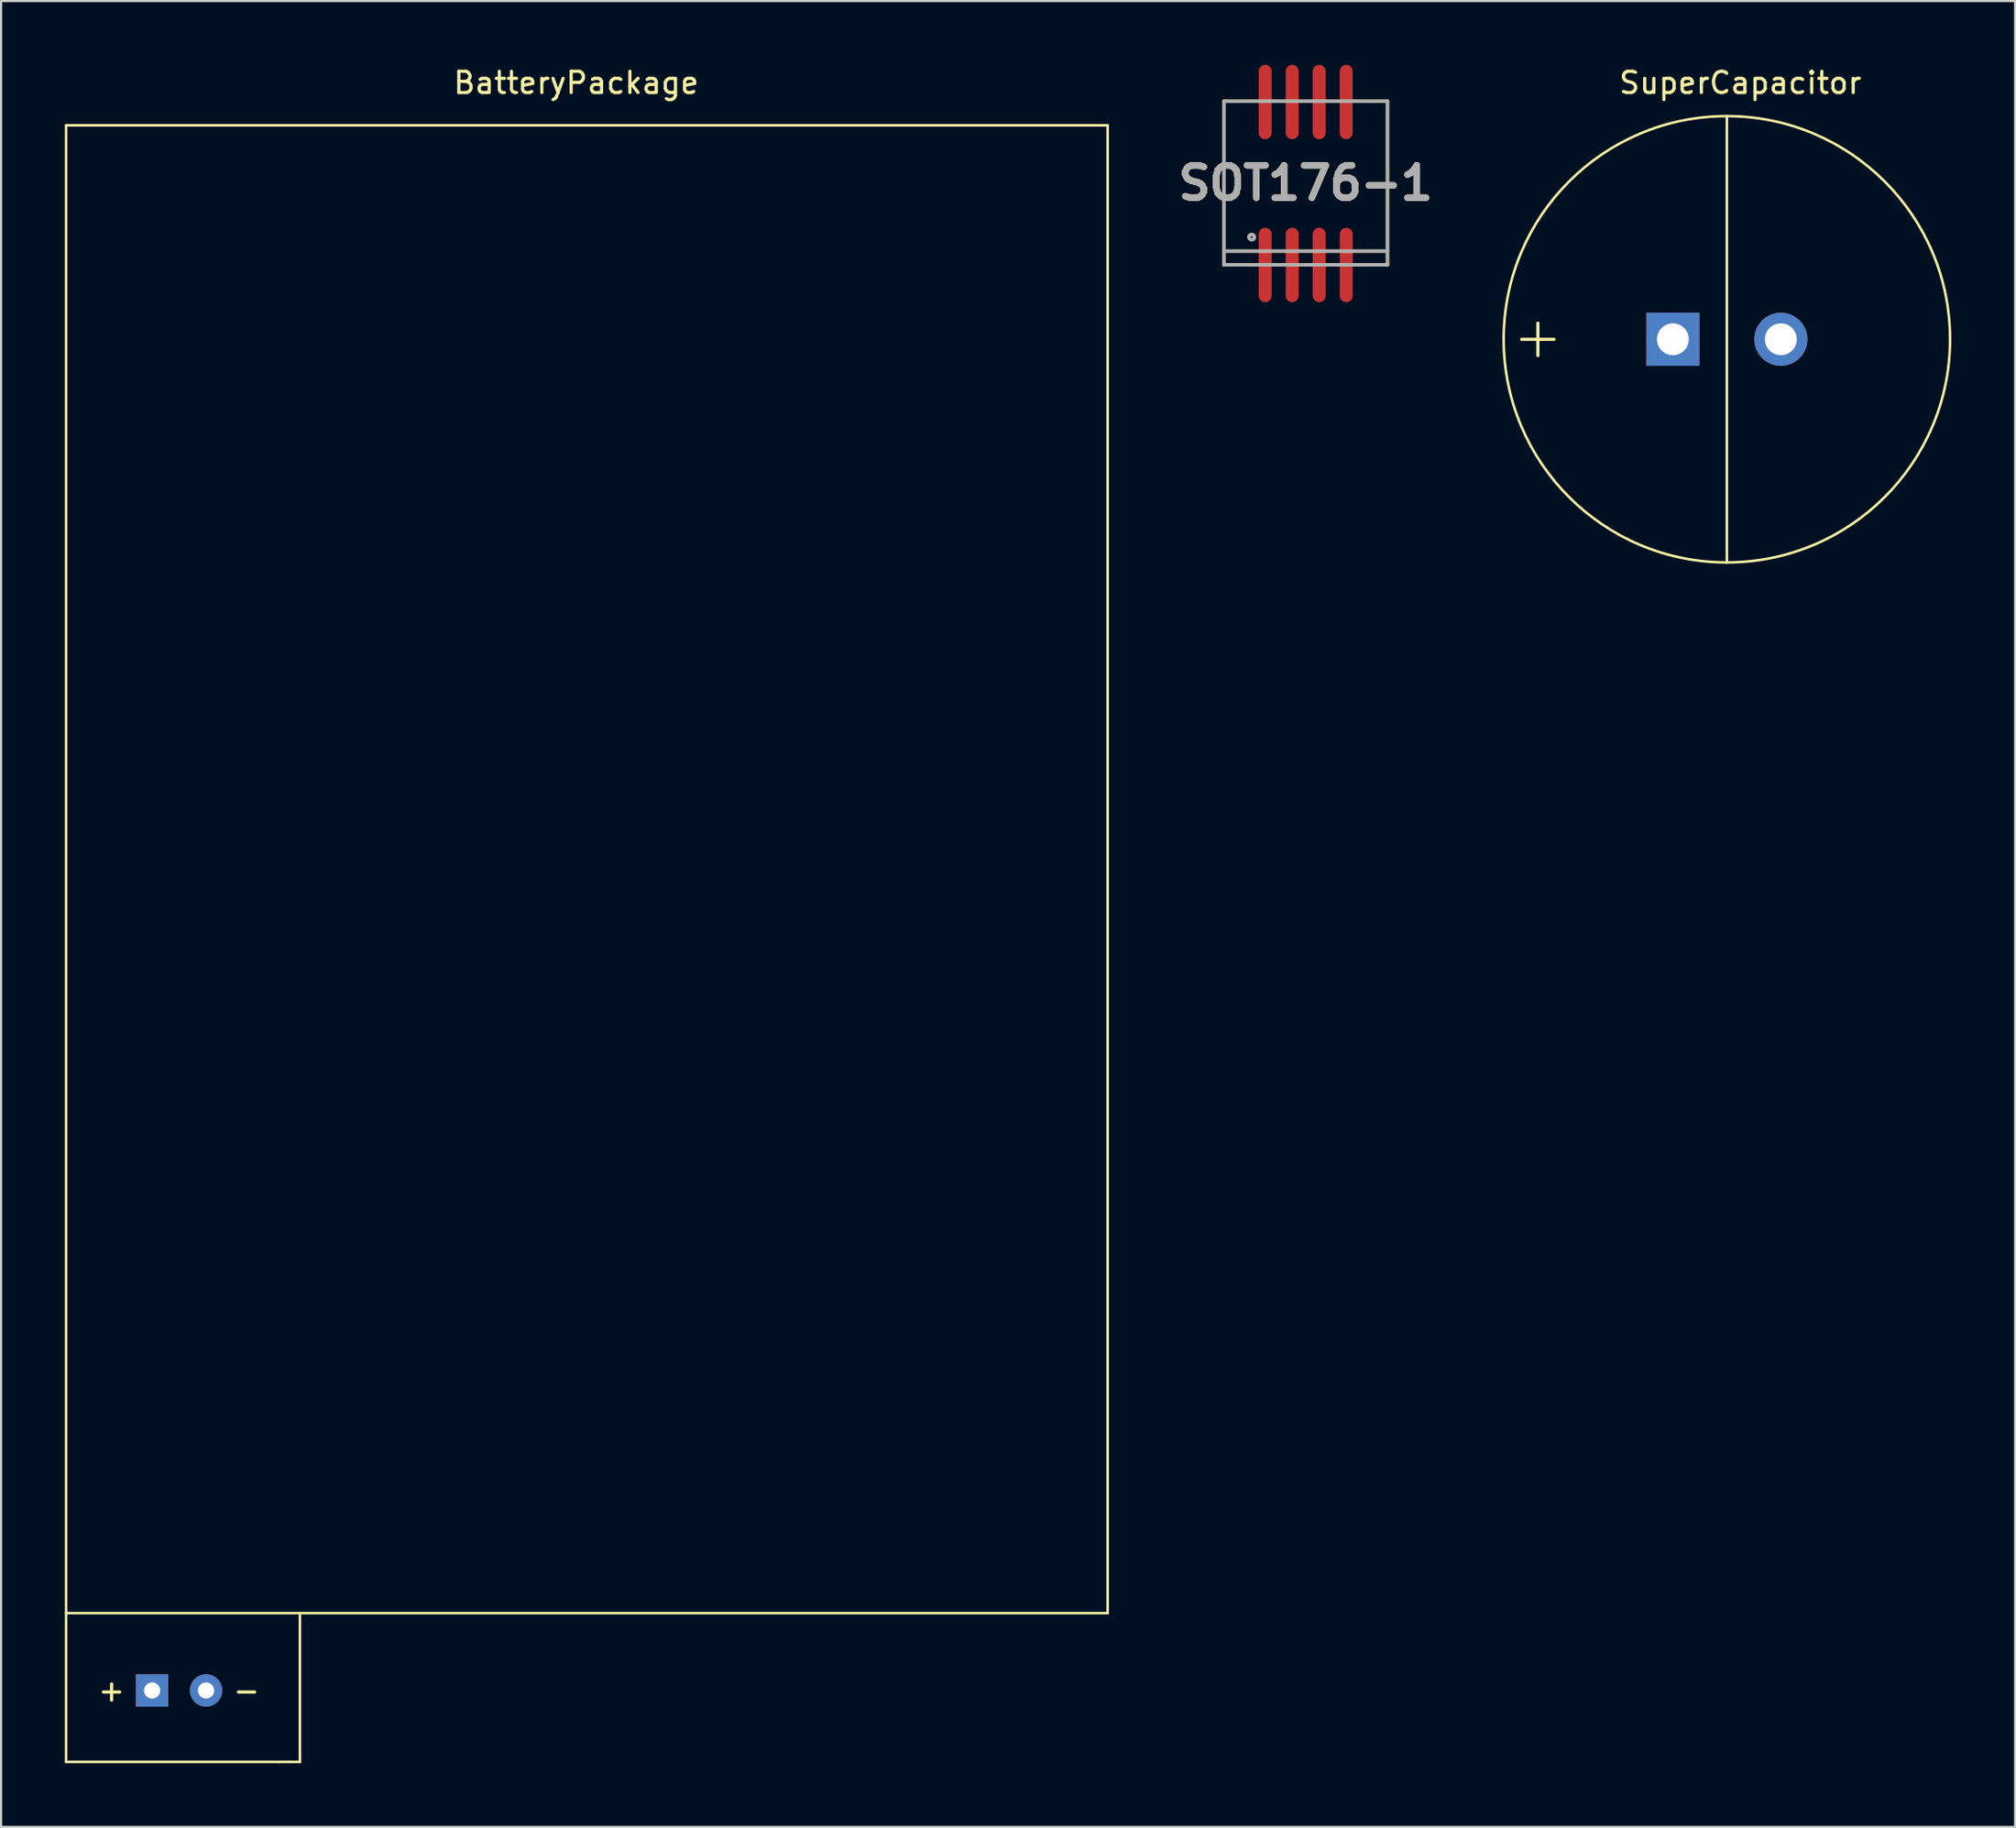
<source format=kicad_pcb>
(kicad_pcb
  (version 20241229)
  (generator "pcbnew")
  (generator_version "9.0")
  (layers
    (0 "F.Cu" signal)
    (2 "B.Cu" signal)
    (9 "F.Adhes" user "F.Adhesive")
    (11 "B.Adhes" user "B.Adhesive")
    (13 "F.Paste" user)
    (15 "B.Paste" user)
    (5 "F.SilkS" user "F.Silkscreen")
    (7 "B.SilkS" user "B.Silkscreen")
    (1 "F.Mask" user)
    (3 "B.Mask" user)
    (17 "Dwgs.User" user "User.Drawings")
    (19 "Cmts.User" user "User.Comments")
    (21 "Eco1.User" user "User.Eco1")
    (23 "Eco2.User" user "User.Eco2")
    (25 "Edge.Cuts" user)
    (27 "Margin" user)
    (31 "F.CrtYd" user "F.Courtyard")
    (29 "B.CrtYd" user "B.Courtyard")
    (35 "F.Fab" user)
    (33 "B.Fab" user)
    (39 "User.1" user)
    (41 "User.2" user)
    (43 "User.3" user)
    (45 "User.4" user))
  (footprint "SuperCapacitor"
    (layer "F.Cu")
    (at 78.191 12.913)
    (property "Reference" "SuperCapacitor" (at 0.635 -12.065 0) (layer "F.SilkS") (effects (font (size 1 1) (thickness 0.15))))
    (attr through_hole)
    (fp_line (start 0 -10.5) (end 0 10.5) (stroke (width 0.12) (type solid)) (layer "F.SilkS"))
    (fp_circle (center 0 0) (end 10.5 0) (stroke (width 0.12) (type solid)) (fill no) (layer "F.SilkS"))
    (fp_text user "+" (at -8.89 -0.152 0) (layer "F.SilkS") (effects (font (size 2 2) (thickness 0.15))))
    (pad "1" thru_hole rect (at -2.54 0) (size 2.5 2.5) (drill 1.5) (layers "*.Cu" "*.Mask"))
    (pad "2" thru_hole circle (at 2.54 0) (size 2.5 2.5) (drill 1.5) (layers "*.Cu" "*.Mask")))
  (footprint "BatteryPackage"
    (layer "F.Cu")
    (at 25.06 36.848)
    (property "Reference" "BatteryPackage" (at -1 -36 0) (layer "F.SilkS") (effects (font (size 1 1) (thickness 0.15))))
    (attr through_hole)
    (fp_line (start -25 -34) (end -25 36) (stroke (width 0.12) (type solid)) (layer "F.SilkS"))
    (fp_line (start -25 36) (end -25 43) (stroke (width 0.12) (type solid)) (layer "F.SilkS"))
    (fp_line (start -25 36) (end 24 36) (stroke (width 0.12) (type solid)) (layer "F.SilkS"))
    (fp_line (start -25 43) (end -15 43) (stroke (width 0.12) (type solid)) (layer "F.SilkS"))
    (fp_line (start -15 43) (end -14 43) (stroke (width 0.12) (type solid)) (layer "F.SilkS"))
    (fp_line (start -14 43) (end -14 36) (stroke (width 0.12) (type solid)) (layer "F.SilkS"))
    (fp_line (start 24 -34) (end -25 -34) (stroke (width 0.12) (type solid)) (layer "F.SilkS"))
    (fp_line (start 24 36) (end 24 -34) (stroke (width 0.12) (type solid)) (layer "F.SilkS"))
    (fp_text user "-" (at -16.51 39.64 0) (layer "F.SilkS") (effects (font (size 1 1) (thickness 0.15))))
    (fp_text user "+" (at -22.86 39.64 0) (layer "F.SilkS") (effects (font (size 1 1) (thickness 0.15))))
    (pad "1" thru_hole rect (at -20.955 39.64) (size 1.524 1.524) (drill 0.762) (layers "*.Cu" "*.Mask"))
    (pad "2" thru_hole circle (at -18.415 39.64) (size 1.524 1.524) (drill 0.762) (layers "*.Cu" "*.Mask")))
  (footprint "SOT176-1"
    (layer "F.Cu")
    (at 58.376 5.564)
    (property "Reference" "SOT176-1" (at 0 0 0) (layer "F.SilkS") (effects (font (size 1.524 1.524) (thickness 0.305))))
    (attr through_hole)
    (fp_line (start -3.85 -3.85) (end 3.85 -3.85) (stroke (width 0.15) (type solid)) (layer "F.SilkS"))
    (fp_line (start -3.85 3.2) (end 3.85 3.2) (stroke (width 0.15) (type solid)) (layer "F.SilkS"))
    (fp_line (start -3.85 3.85) (end -3.85 -3.85) (stroke (width 0.15) (type solid)) (layer "F.SilkS"))
    (fp_line (start -3.85 3.85) (end 3.85 3.85) (stroke (width 0.15) (type solid)) (layer "F.SilkS"))
    (fp_line (start 3.85 3.85) (end 3.85 -3.85) (stroke (width 0.15) (type solid)) (layer "F.SilkS"))
    (fp_circle (center -2.54 2.54) (end -2.413 2.54) (stroke (width 0.15) (type solid)) (fill no) (layer "F.SilkS"))
    (fp_line (start -3.85 -3.85) (end 3.85 -3.85) (stroke (width 0.15) (type solid)) (layer "F.Fab"))
    (fp_line (start -3.85 3.2) (end 3.85 3.2) (stroke (width 0.15) (type solid)) (layer "F.Fab"))
    (fp_line (start -3.85 3.85) (end -3.85 -3.85) (stroke (width 0.15) (type solid)) (layer "F.Fab"))
    (fp_line (start -3.85 3.85) (end 3.85 3.85) (stroke (width 0.15) (type solid)) (layer "F.Fab"))
    (fp_line (start 3.85 3.85) (end 3.85 -3.85) (stroke (width 0.15) (type solid)) (layer "F.Fab"))
    (fp_circle (center -2.54 2.54) (end -2.413 2.54) (stroke (width 0.15) (type solid)) (fill no) (layer "F.Fab"))
    (fp_text user "${REFERENCE}" (at 0 0 0) (unlocked yes) (layer "F.Fab") (effects (font (size 1.524 1.524) (thickness 0.3))))
    (pad "1" smd oval (at -1.905 3.854) (size 0.61 3.5) (layers "F.Cu" "F.Mask"))
    (pad "2" smd oval (at -0.635 3.854) (size 0.61 3.5) (layers "F.Cu" "F.Mask"))
    (pad "3" smd oval (at 0.635 3.854) (size 0.61 3.5) (layers "F.Cu" "F.Mask"))
    (pad "4" smd oval (at 1.91 3.854) (size 0.61 3.5) (layers "F.Cu" "F.Mask"))
    (pad "5" smd oval (at 1.905 -3.814) (size 0.61 3.5) (layers "F.Cu" "F.Mask"))
    (pad "6" smd oval (at 0.635 -3.814) (size 0.61 3.5) (layers "F.Cu" "F.Mask"))
    (pad "7" smd oval (at -0.635 -3.814) (size 0.61 3.5) (layers "F.Cu" "F.Mask"))
    (pad "8" smd oval (at -1.905 -3.814) (size 0.61 3.5) (layers "F.Cu" "F.Mask")))
  (gr_rect
    (start -3 -3)
    (end 91.751 82.908)
    (stroke (width 0.1) (type default))
    (fill no)
    (layer "Edge.Cuts")))
</source>
